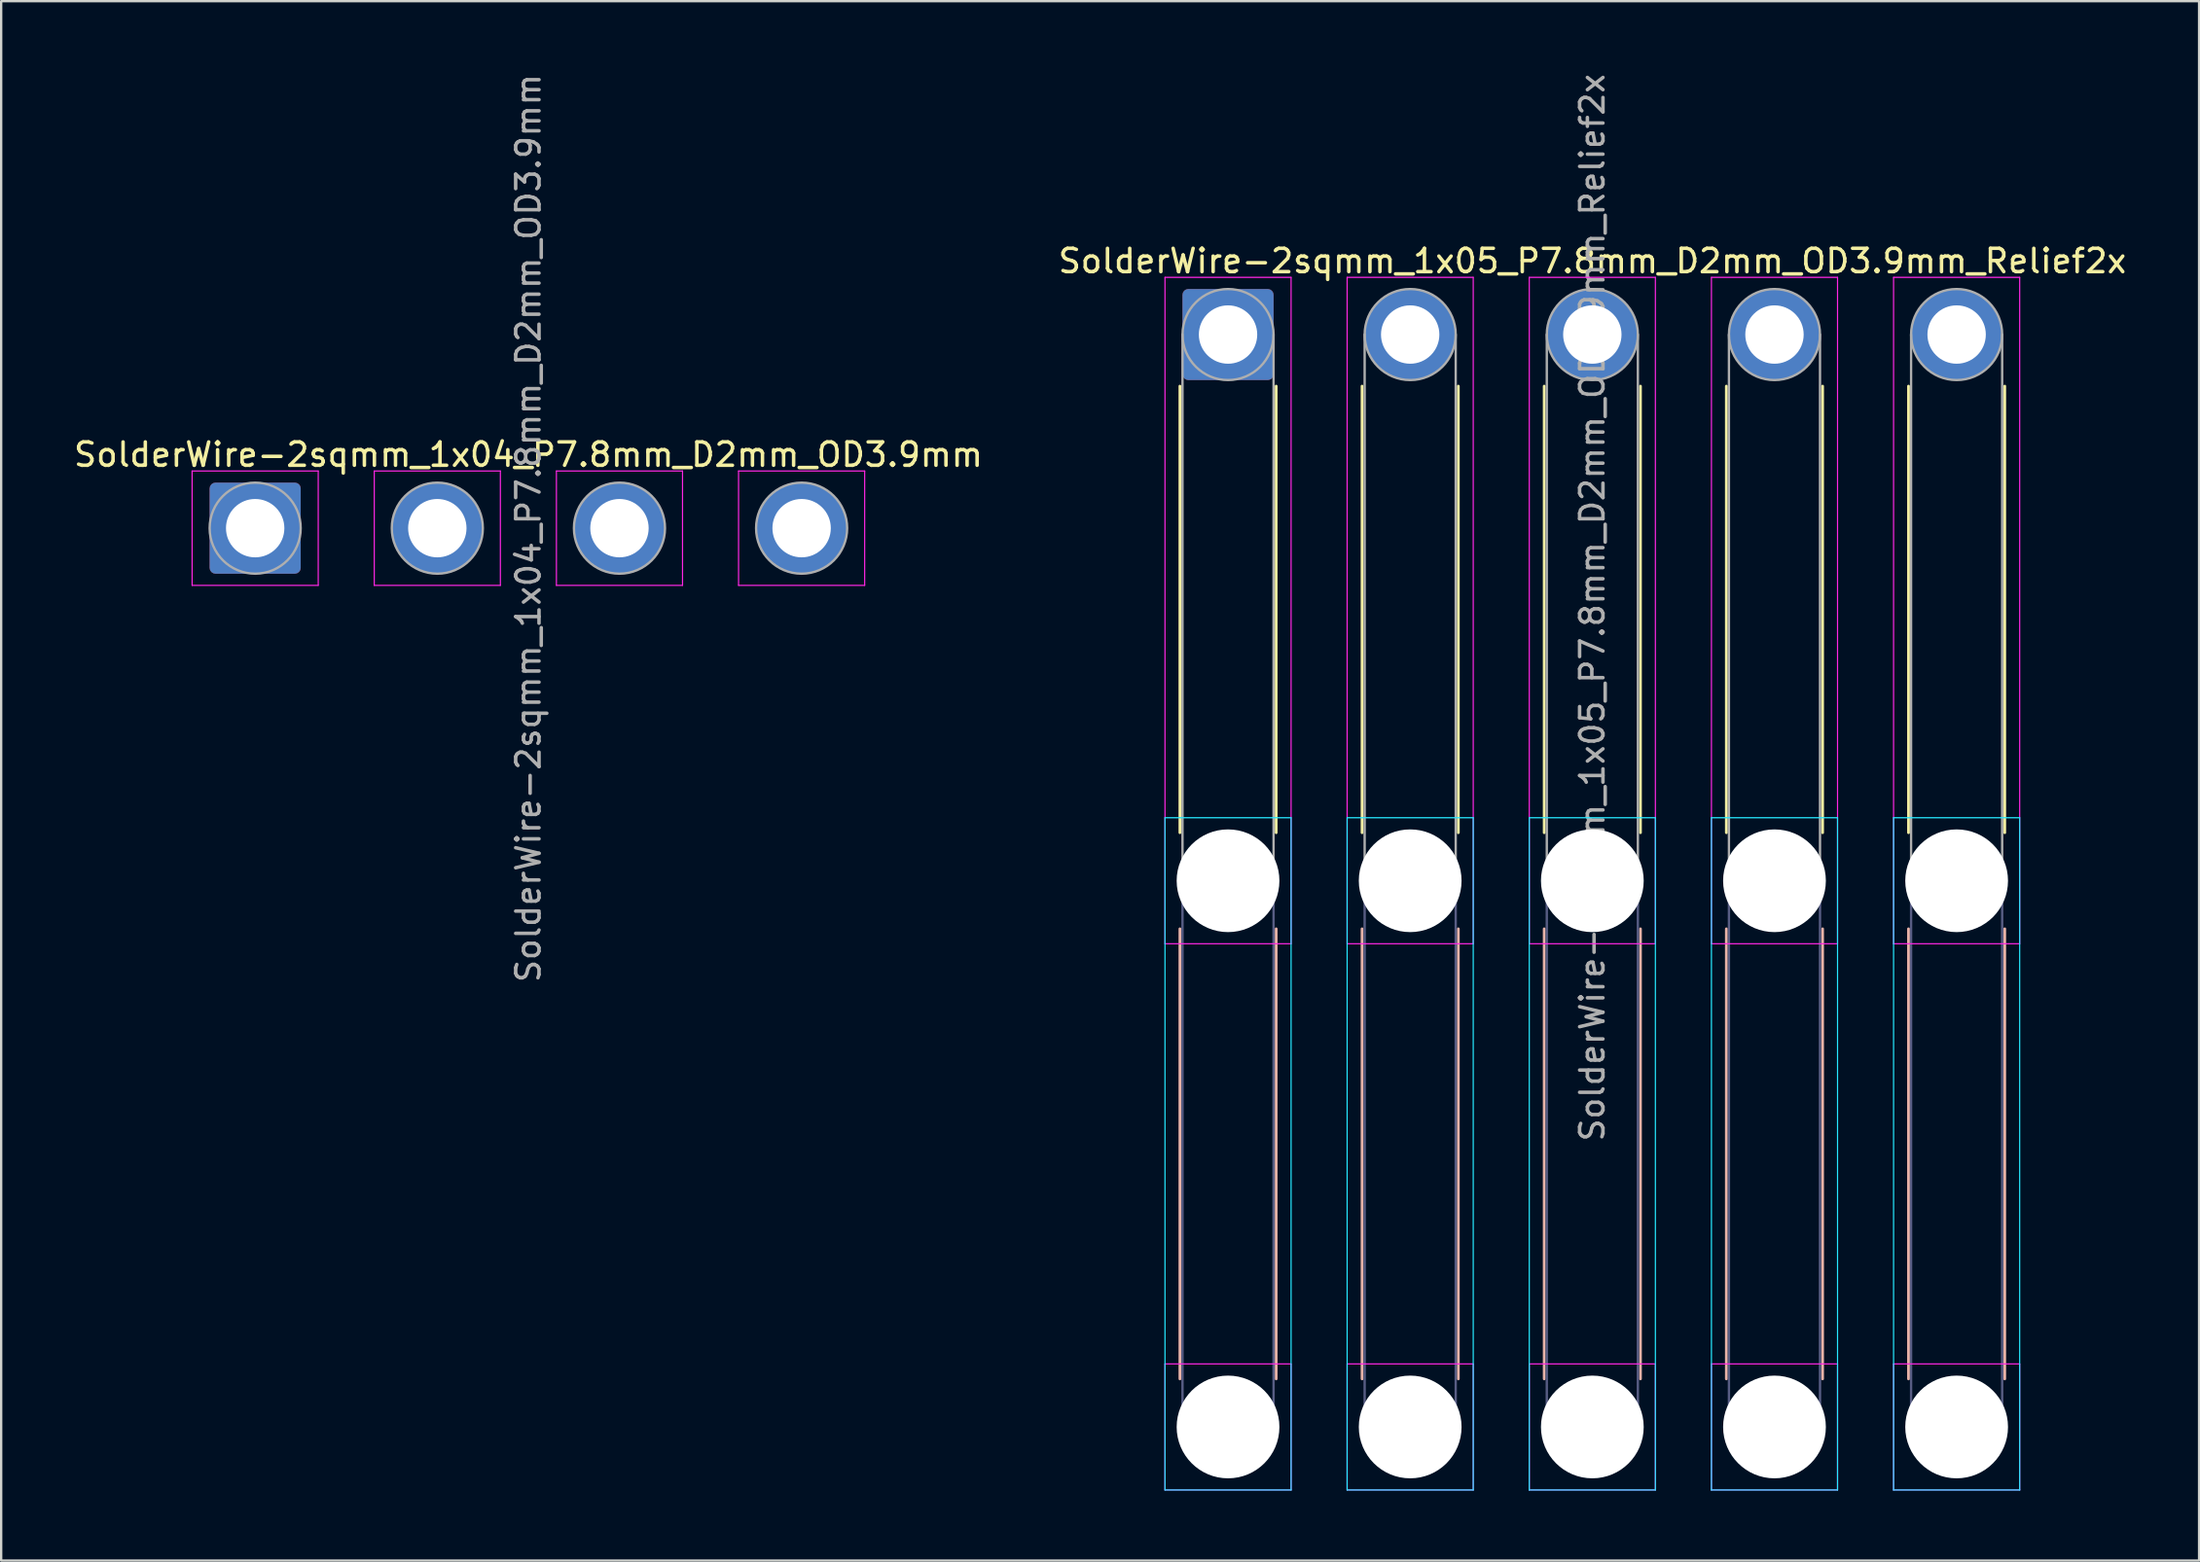
<source format=kicad_pcb>
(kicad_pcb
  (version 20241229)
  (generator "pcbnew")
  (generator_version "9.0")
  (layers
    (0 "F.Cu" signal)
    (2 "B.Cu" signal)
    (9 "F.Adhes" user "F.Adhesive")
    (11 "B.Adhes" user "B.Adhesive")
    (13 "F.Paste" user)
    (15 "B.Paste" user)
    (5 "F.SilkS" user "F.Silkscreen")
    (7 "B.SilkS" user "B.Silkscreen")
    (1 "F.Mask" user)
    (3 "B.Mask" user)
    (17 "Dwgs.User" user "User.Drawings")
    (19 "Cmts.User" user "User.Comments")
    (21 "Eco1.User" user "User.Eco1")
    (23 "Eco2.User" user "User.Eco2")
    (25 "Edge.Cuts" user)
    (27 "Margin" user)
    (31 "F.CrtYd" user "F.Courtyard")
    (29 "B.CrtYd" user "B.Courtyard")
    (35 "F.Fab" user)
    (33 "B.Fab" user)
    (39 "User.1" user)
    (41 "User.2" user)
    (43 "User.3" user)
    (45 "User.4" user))
  (footprint "SolderWire-2sqmm_1x05_P7.8mm_D2mm_OD3.9mm_Relief2x"
    (layer "F.Cu")
    (at 49.537 11.282)
    (property "Reference" "SolderWire-2sqmm_1x05_P7.8mm_D2mm_OD3.9mm_Relief2x" (at 15.6 -3.15 0) (layer "F.SilkS") (effects (font (size 1 1) (thickness 0.15))))
    (attr exclude_from_pos_files exclude_from_bom)
    (fp_line (start -2.06 2.21) (end -2.06 21.34) (stroke (width 0.12) (type solid)) (layer "F.SilkS"))
    (fp_line (start 2.06 2.21) (end 2.06 21.34) (stroke (width 0.12) (type solid)) (layer "F.SilkS"))
    (fp_line (start 5.74 2.21) (end 5.74 21.34) (stroke (width 0.12) (type solid)) (layer "F.SilkS"))
    (fp_line (start 9.86 2.21) (end 9.86 21.34) (stroke (width 0.12) (type solid)) (layer "F.SilkS"))
    (fp_line (start 13.54 2.21) (end 13.54 21.34) (stroke (width 0.12) (type solid)) (layer "F.SilkS"))
    (fp_line (start 17.66 2.21) (end 17.66 21.34) (stroke (width 0.12) (type solid)) (layer "F.SilkS"))
    (fp_line (start 21.34 2.21) (end 21.34 21.34) (stroke (width 0.12) (type solid)) (layer "F.SilkS"))
    (fp_line (start 25.46 2.21) (end 25.46 21.34) (stroke (width 0.12) (type solid)) (layer "F.SilkS"))
    (fp_line (start 29.14 2.21) (end 29.14 21.34) (stroke (width 0.12) (type solid)) (layer "F.SilkS"))
    (fp_line (start 33.26 2.21) (end 33.26 21.34) (stroke (width 0.12) (type solid)) (layer "F.SilkS"))
    (fp_line (start -2.06 25.46) (end -2.06 44.74) (stroke (width 0.12) (type solid)) (layer "B.SilkS"))
    (fp_line (start 2.06 25.46) (end 2.06 44.74) (stroke (width 0.12) (type solid)) (layer "B.SilkS"))
    (fp_line (start 5.74 25.46) (end 5.74 44.74) (stroke (width 0.12) (type solid)) (layer "B.SilkS"))
    (fp_line (start 9.86 25.46) (end 9.86 44.74) (stroke (width 0.12) (type solid)) (layer "B.SilkS"))
    (fp_line (start 13.54 25.46) (end 13.54 44.74) (stroke (width 0.12) (type solid)) (layer "B.SilkS"))
    (fp_line (start 17.66 25.46) (end 17.66 44.74) (stroke (width 0.12) (type solid)) (layer "B.SilkS"))
    (fp_line (start 21.34 25.46) (end 21.34 44.74) (stroke (width 0.12) (type solid)) (layer "B.SilkS"))
    (fp_line (start 25.46 25.46) (end 25.46 44.74) (stroke (width 0.12) (type solid)) (layer "B.SilkS"))
    (fp_line (start 29.14 25.46) (end 29.14 44.74) (stroke (width 0.12) (type solid)) (layer "B.SilkS"))
    (fp_line (start 33.26 25.46) (end 33.26 44.74) (stroke (width 0.12) (type solid)) (layer "B.SilkS"))
    (fp_line (start -2.7 20.7) (end -2.7 49.5) (stroke (width 0.05) (type solid)) (layer "B.CrtYd"))
    (fp_line (start -2.7 49.5) (end 2.7 49.5) (stroke (width 0.05) (type solid)) (layer "B.CrtYd"))
    (fp_line (start 2.7 20.7) (end -2.7 20.7) (stroke (width 0.05) (type solid)) (layer "B.CrtYd"))
    (fp_line (start 2.7 49.5) (end 2.7 20.7) (stroke (width 0.05) (type solid)) (layer "B.CrtYd"))
    (fp_line (start 5.1 20.7) (end 5.1 49.5) (stroke (width 0.05) (type solid)) (layer "B.CrtYd"))
    (fp_line (start 5.1 49.5) (end 10.5 49.5) (stroke (width 0.05) (type solid)) (layer "B.CrtYd"))
    (fp_line (start 10.5 20.7) (end 5.1 20.7) (stroke (width 0.05) (type solid)) (layer "B.CrtYd"))
    (fp_line (start 10.5 49.5) (end 10.5 20.7) (stroke (width 0.05) (type solid)) (layer "B.CrtYd"))
    (fp_line (start 12.9 20.7) (end 12.9 49.5) (stroke (width 0.05) (type solid)) (layer "B.CrtYd"))
    (fp_line (start 12.9 49.5) (end 18.3 49.5) (stroke (width 0.05) (type solid)) (layer "B.CrtYd"))
    (fp_line (start 18.3 20.7) (end 12.9 20.7) (stroke (width 0.05) (type solid)) (layer "B.CrtYd"))
    (fp_line (start 18.3 49.5) (end 18.3 20.7) (stroke (width 0.05) (type solid)) (layer "B.CrtYd"))
    (fp_line (start 20.7 20.7) (end 20.7 49.5) (stroke (width 0.05) (type solid)) (layer "B.CrtYd"))
    (fp_line (start 20.7 49.5) (end 26.1 49.5) (stroke (width 0.05) (type solid)) (layer "B.CrtYd"))
    (fp_line (start 26.1 20.7) (end 20.7 20.7) (stroke (width 0.05) (type solid)) (layer "B.CrtYd"))
    (fp_line (start 26.1 49.5) (end 26.1 20.7) (stroke (width 0.05) (type solid)) (layer "B.CrtYd"))
    (fp_line (start 28.5 20.7) (end 28.5 49.5) (stroke (width 0.05) (type solid)) (layer "B.CrtYd"))
    (fp_line (start 28.5 49.5) (end 33.9 49.5) (stroke (width 0.05) (type solid)) (layer "B.CrtYd"))
    (fp_line (start 33.9 20.7) (end 28.5 20.7) (stroke (width 0.05) (type solid)) (layer "B.CrtYd"))
    (fp_line (start 33.9 49.5) (end 33.9 20.7) (stroke (width 0.05) (type solid)) (layer "B.CrtYd"))
    (fp_line (start -2.7 -2.45) (end -2.7 26.1) (stroke (width 0.05) (type solid)) (layer "F.CrtYd"))
    (fp_line (start -2.7 26.1) (end 2.7 26.1) (stroke (width 0.05) (type solid)) (layer "F.CrtYd"))
    (fp_line (start -2.7 44.1) (end -2.7 49.5) (stroke (width 0.05) (type solid)) (layer "F.CrtYd"))
    (fp_line (start -2.7 49.5) (end 2.7 49.5) (stroke (width 0.05) (type solid)) (layer "F.CrtYd"))
    (fp_line (start 2.7 -2.45) (end -2.7 -2.45) (stroke (width 0.05) (type solid)) (layer "F.CrtYd"))
    (fp_line (start 2.7 26.1) (end 2.7 -2.45) (stroke (width 0.05) (type solid)) (layer "F.CrtYd"))
    (fp_line (start 2.7 44.1) (end -2.7 44.1) (stroke (width 0.05) (type solid)) (layer "F.CrtYd"))
    (fp_line (start 2.7 49.5) (end 2.7 44.1) (stroke (width 0.05) (type solid)) (layer "F.CrtYd"))
    (fp_line (start 5.1 -2.45) (end 5.1 26.1) (stroke (width 0.05) (type solid)) (layer "F.CrtYd"))
    (fp_line (start 5.1 26.1) (end 10.5 26.1) (stroke (width 0.05) (type solid)) (layer "F.CrtYd"))
    (fp_line (start 5.1 44.1) (end 5.1 49.5) (stroke (width 0.05) (type solid)) (layer "F.CrtYd"))
    (fp_line (start 5.1 49.5) (end 10.5 49.5) (stroke (width 0.05) (type solid)) (layer "F.CrtYd"))
    (fp_line (start 10.5 -2.45) (end 5.1 -2.45) (stroke (width 0.05) (type solid)) (layer "F.CrtYd"))
    (fp_line (start 10.5 26.1) (end 10.5 -2.45) (stroke (width 0.05) (type solid)) (layer "F.CrtYd"))
    (fp_line (start 10.5 44.1) (end 5.1 44.1) (stroke (width 0.05) (type solid)) (layer "F.CrtYd"))
    (fp_line (start 10.5 49.5) (end 10.5 44.1) (stroke (width 0.05) (type solid)) (layer "F.CrtYd"))
    (fp_line (start 12.9 -2.45) (end 12.9 26.1) (stroke (width 0.05) (type solid)) (layer "F.CrtYd"))
    (fp_line (start 12.9 26.1) (end 18.3 26.1) (stroke (width 0.05) (type solid)) (layer "F.CrtYd"))
    (fp_line (start 12.9 44.1) (end 12.9 49.5) (stroke (width 0.05) (type solid)) (layer "F.CrtYd"))
    (fp_line (start 12.9 49.5) (end 18.3 49.5) (stroke (width 0.05) (type solid)) (layer "F.CrtYd"))
    (fp_line (start 18.3 -2.45) (end 12.9 -2.45) (stroke (width 0.05) (type solid)) (layer "F.CrtYd"))
    (fp_line (start 18.3 26.1) (end 18.3 -2.45) (stroke (width 0.05) (type solid)) (layer "F.CrtYd"))
    (fp_line (start 18.3 44.1) (end 12.9 44.1) (stroke (width 0.05) (type solid)) (layer "F.CrtYd"))
    (fp_line (start 18.3 49.5) (end 18.3 44.1) (stroke (width 0.05) (type solid)) (layer "F.CrtYd"))
    (fp_line (start 20.7 -2.45) (end 20.7 26.1) (stroke (width 0.05) (type solid)) (layer "F.CrtYd"))
    (fp_line (start 20.7 26.1) (end 26.1 26.1) (stroke (width 0.05) (type solid)) (layer "F.CrtYd"))
    (fp_line (start 20.7 44.1) (end 20.7 49.5) (stroke (width 0.05) (type solid)) (layer "F.CrtYd"))
    (fp_line (start 20.7 49.5) (end 26.1 49.5) (stroke (width 0.05) (type solid)) (layer "F.CrtYd"))
    (fp_line (start 26.1 -2.45) (end 20.7 -2.45) (stroke (width 0.05) (type solid)) (layer "F.CrtYd"))
    (fp_line (start 26.1 26.1) (end 26.1 -2.45) (stroke (width 0.05) (type solid)) (layer "F.CrtYd"))
    (fp_line (start 26.1 44.1) (end 20.7 44.1) (stroke (width 0.05) (type solid)) (layer "F.CrtYd"))
    (fp_line (start 26.1 49.5) (end 26.1 44.1) (stroke (width 0.05) (type solid)) (layer "F.CrtYd"))
    (fp_line (start 28.5 -2.45) (end 28.5 26.1) (stroke (width 0.05) (type solid)) (layer "F.CrtYd"))
    (fp_line (start 28.5 26.1) (end 33.9 26.1) (stroke (width 0.05) (type solid)) (layer "F.CrtYd"))
    (fp_line (start 28.5 44.1) (end 28.5 49.5) (stroke (width 0.05) (type solid)) (layer "F.CrtYd"))
    (fp_line (start 28.5 49.5) (end 33.9 49.5) (stroke (width 0.05) (type solid)) (layer "F.CrtYd"))
    (fp_line (start 33.9 -2.45) (end 28.5 -2.45) (stroke (width 0.05) (type solid)) (layer "F.CrtYd"))
    (fp_line (start 33.9 26.1) (end 33.9 -2.45) (stroke (width 0.05) (type solid)) (layer "F.CrtYd"))
    (fp_line (start 33.9 44.1) (end 28.5 44.1) (stroke (width 0.05) (type solid)) (layer "F.CrtYd"))
    (fp_line (start 33.9 49.5) (end 33.9 44.1) (stroke (width 0.05) (type solid)) (layer "F.CrtYd"))
    (fp_line (start -1.95 23.4) (end -1.95 46.8) (stroke (width 0.1) (type solid)) (layer "B.Fab"))
    (fp_line (start 1.95 23.4) (end 1.95 46.8) (stroke (width 0.1) (type solid)) (layer "B.Fab"))
    (fp_line (start 5.85 23.4) (end 5.85 46.8) (stroke (width 0.1) (type solid)) (layer "B.Fab"))
    (fp_line (start 9.75 23.4) (end 9.75 46.8) (stroke (width 0.1) (type solid)) (layer "B.Fab"))
    (fp_line (start 13.65 23.4) (end 13.65 46.8) (stroke (width 0.1) (type solid)) (layer "B.Fab"))
    (fp_line (start 17.55 23.4) (end 17.55 46.8) (stroke (width 0.1) (type solid)) (layer "B.Fab"))
    (fp_line (start 21.45 23.4) (end 21.45 46.8) (stroke (width 0.1) (type solid)) (layer "B.Fab"))
    (fp_line (start 25.35 23.4) (end 25.35 46.8) (stroke (width 0.1) (type solid)) (layer "B.Fab"))
    (fp_line (start 29.25 23.4) (end 29.25 46.8) (stroke (width 0.1) (type solid)) (layer "B.Fab"))
    (fp_line (start 33.15 23.4) (end 33.15 46.8) (stroke (width 0.1) (type solid)) (layer "B.Fab"))
    (fp_circle (center 0 23.4) (end 1.95 23.4) (stroke (width 0.1) (type solid)) (fill no) (layer "B.Fab"))
    (fp_circle (center 0 46.8) (end 1.95 46.8) (stroke (width 0.1) (type solid)) (fill no) (layer "B.Fab"))
    (fp_circle (center 7.8 23.4) (end 9.75 23.4) (stroke (width 0.1) (type solid)) (fill no) (layer "B.Fab"))
    (fp_circle (center 7.8 46.8) (end 9.75 46.8) (stroke (width 0.1) (type solid)) (fill no) (layer "B.Fab"))
    (fp_circle (center 15.6 23.4) (end 17.55 23.4) (stroke (width 0.1) (type solid)) (fill no) (layer "B.Fab"))
    (fp_circle (center 15.6 46.8) (end 17.55 46.8) (stroke (width 0.1) (type solid)) (fill no) (layer "B.Fab"))
    (fp_circle (center 23.4 23.4) (end 25.35 23.4) (stroke (width 0.1) (type solid)) (fill no) (layer "B.Fab"))
    (fp_circle (center 23.4 46.8) (end 25.35 46.8) (stroke (width 0.1) (type solid)) (fill no) (layer "B.Fab"))
    (fp_circle (center 31.2 23.4) (end 33.15 23.4) (stroke (width 0.1) (type solid)) (fill no) (layer "B.Fab"))
    (fp_circle (center 31.2 46.8) (end 33.15 46.8) (stroke (width 0.1) (type solid)) (fill no) (layer "B.Fab"))
    (fp_line (start -1.95 0) (end -1.95 23.4) (stroke (width 0.1) (type solid)) (layer "F.Fab"))
    (fp_line (start 1.95 0) (end 1.95 23.4) (stroke (width 0.1) (type solid)) (layer "F.Fab"))
    (fp_line (start 5.85 0) (end 5.85 23.4) (stroke (width 0.1) (type solid)) (layer "F.Fab"))
    (fp_line (start 9.75 0) (end 9.75 23.4) (stroke (width 0.1) (type solid)) (layer "F.Fab"))
    (fp_line (start 13.65 0) (end 13.65 23.4) (stroke (width 0.1) (type solid)) (layer "F.Fab"))
    (fp_line (start 17.55 0) (end 17.55 23.4) (stroke (width 0.1) (type solid)) (layer "F.Fab"))
    (fp_line (start 21.45 0) (end 21.45 23.4) (stroke (width 0.1) (type solid)) (layer "F.Fab"))
    (fp_line (start 25.35 0) (end 25.35 23.4) (stroke (width 0.1) (type solid)) (layer "F.Fab"))
    (fp_line (start 29.25 0) (end 29.25 23.4) (stroke (width 0.1) (type solid)) (layer "F.Fab"))
    (fp_line (start 33.15 0) (end 33.15 23.4) (stroke (width 0.1) (type solid)) (layer "F.Fab"))
    (fp_circle (center 0 0) (end 1.95 0) (stroke (width 0.1) (type solid)) (fill no) (layer "F.Fab"))
    (fp_circle (center 0 23.4) (end 1.95 23.4) (stroke (width 0.1) (type solid)) (fill no) (layer "F.Fab"))
    (fp_circle (center 0 46.8) (end 1.95 46.8) (stroke (width 0.1) (type solid)) (fill no) (layer "F.Fab"))
    (fp_circle (center 7.8 0) (end 9.75 0) (stroke (width 0.1) (type solid)) (fill no) (layer "F.Fab"))
    (fp_circle (center 7.8 23.4) (end 9.75 23.4) (stroke (width 0.1) (type solid)) (fill no) (layer "F.Fab"))
    (fp_circle (center 7.8 46.8) (end 9.75 46.8) (stroke (width 0.1) (type solid)) (fill no) (layer "F.Fab"))
    (fp_circle (center 15.6 0) (end 17.55 0) (stroke (width 0.1) (type solid)) (fill no) (layer "F.Fab"))
    (fp_circle (center 15.6 23.4) (end 17.55 23.4) (stroke (width 0.1) (type solid)) (fill no) (layer "F.Fab"))
    (fp_circle (center 15.6 46.8) (end 17.55 46.8) (stroke (width 0.1) (type solid)) (fill no) (layer "F.Fab"))
    (fp_circle (center 23.4 0) (end 25.35 0) (stroke (width 0.1) (type solid)) (fill no) (layer "F.Fab"))
    (fp_circle (center 23.4 23.4) (end 25.35 23.4) (stroke (width 0.1) (type solid)) (fill no) (layer "F.Fab"))
    (fp_circle (center 23.4 46.8) (end 25.35 46.8) (stroke (width 0.1) (type solid)) (fill no) (layer "F.Fab"))
    (fp_circle (center 31.2 0) (end 33.15 0) (stroke (width 0.1) (type solid)) (fill no) (layer "F.Fab"))
    (fp_circle (center 31.2 23.4) (end 33.15 23.4) (stroke (width 0.1) (type solid)) (fill no) (layer "F.Fab"))
    (fp_circle (center 31.2 46.8) (end 33.15 46.8) (stroke (width 0.1) (type solid)) (fill no) (layer "F.Fab"))
    (fp_text user "${REFERENCE}" (at 15.6 11.7 90) (layer "F.Fab") (effects (font (size 1 1) (thickness 0.15))))
    (pad "" np_thru_hole circle (at 0 23.4) (size 4.4 4.4) (drill 4.4) (layers "*.Cu" "*.Mask"))
    (pad "" np_thru_hole circle (at 0 46.8) (size 4.4 4.4) (drill 4.4) (layers "*.Cu" "*.Mask"))
    (pad "" np_thru_hole circle (at 7.8 23.4) (size 4.4 4.4) (drill 4.4) (layers "*.Cu" "*.Mask"))
    (pad "" np_thru_hole circle (at 7.8 46.8) (size 4.4 4.4) (drill 4.4) (layers "*.Cu" "*.Mask"))
    (pad "" np_thru_hole circle (at 15.6 23.4) (size 4.4 4.4) (drill 4.4) (layers "*.Cu" "*.Mask"))
    (pad "" np_thru_hole circle (at 15.6 46.8) (size 4.4 4.4) (drill 4.4) (layers "*.Cu" "*.Mask"))
    (pad "" np_thru_hole circle (at 23.4 23.4) (size 4.4 4.4) (drill 4.4) (layers "*.Cu" "*.Mask"))
    (pad "" np_thru_hole circle (at 23.4 46.8) (size 4.4 4.4) (drill 4.4) (layers "*.Cu" "*.Mask"))
    (pad "" np_thru_hole circle (at 31.2 23.4) (size 4.4 4.4) (drill 4.4) (layers "*.Cu" "*.Mask"))
    (pad "" np_thru_hole circle (at 31.2 46.8) (size 4.4 4.4) (drill 4.4) (layers "*.Cu" "*.Mask"))
    (pad "1" thru_hole roundrect (at 0 0) (size 3.9 3.9) (drill 2.5) (layers "*.Cu" "*.Mask") (roundrect_rratio 0.064))
    (pad "2" thru_hole circle (at 7.8 0) (size 3.9 3.9) (drill 2.5) (layers "*.Cu" "*.Mask"))
    (pad "3" thru_hole circle (at 15.6 0) (size 3.9 3.9) (drill 2.5) (layers "*.Cu" "*.Mask"))
    (pad "4" thru_hole circle (at 23.4 0) (size 3.9 3.9) (drill 2.5) (layers "*.Cu" "*.Mask"))
    (pad "5" thru_hole circle (at 31.2 0) (size 3.9 3.9) (drill 2.5) (layers "*.Cu" "*.Mask")))
  (footprint "SolderWire-2sqmm_1x04_P7.8mm_D2mm_OD3.9mm"
    (layer "F.Cu")
    (at 7.877 19.577)
    (property "Reference" "SolderWire-2sqmm_1x04_P7.8mm_D2mm_OD3.9mm" (at 11.7 -3.15 0) (layer "F.SilkS") (effects (font (size 1 1) (thickness 0.15))))
    (attr exclude_from_pos_files exclude_from_bom)
    (fp_line (start -2.7 -2.45) (end -2.7 2.45) (stroke (width 0.05) (type solid)) (layer "F.CrtYd"))
    (fp_line (start -2.7 2.45) (end 2.7 2.45) (stroke (width 0.05) (type solid)) (layer "F.CrtYd"))
    (fp_line (start 2.7 -2.45) (end -2.7 -2.45) (stroke (width 0.05) (type solid)) (layer "F.CrtYd"))
    (fp_line (start 2.7 2.45) (end 2.7 -2.45) (stroke (width 0.05) (type solid)) (layer "F.CrtYd"))
    (fp_line (start 5.1 -2.45) (end 5.1 2.45) (stroke (width 0.05) (type solid)) (layer "F.CrtYd"))
    (fp_line (start 5.1 2.45) (end 10.5 2.45) (stroke (width 0.05) (type solid)) (layer "F.CrtYd"))
    (fp_line (start 10.5 -2.45) (end 5.1 -2.45) (stroke (width 0.05) (type solid)) (layer "F.CrtYd"))
    (fp_line (start 10.5 2.45) (end 10.5 -2.45) (stroke (width 0.05) (type solid)) (layer "F.CrtYd"))
    (fp_line (start 12.9 -2.45) (end 12.9 2.45) (stroke (width 0.05) (type solid)) (layer "F.CrtYd"))
    (fp_line (start 12.9 2.45) (end 18.3 2.45) (stroke (width 0.05) (type solid)) (layer "F.CrtYd"))
    (fp_line (start 18.3 -2.45) (end 12.9 -2.45) (stroke (width 0.05) (type solid)) (layer "F.CrtYd"))
    (fp_line (start 18.3 2.45) (end 18.3 -2.45) (stroke (width 0.05) (type solid)) (layer "F.CrtYd"))
    (fp_line (start 20.7 -2.45) (end 20.7 2.45) (stroke (width 0.05) (type solid)) (layer "F.CrtYd"))
    (fp_line (start 20.7 2.45) (end 26.1 2.45) (stroke (width 0.05) (type solid)) (layer "F.CrtYd"))
    (fp_line (start 26.1 -2.45) (end 20.7 -2.45) (stroke (width 0.05) (type solid)) (layer "F.CrtYd"))
    (fp_line (start 26.1 2.45) (end 26.1 -2.45) (stroke (width 0.05) (type solid)) (layer "F.CrtYd"))
    (fp_circle (center 0 0) (end 1.95 0) (stroke (width 0.1) (type solid)) (fill no) (layer "F.Fab"))
    (fp_circle (center 7.8 0) (end 9.75 0) (stroke (width 0.1) (type solid)) (fill no) (layer "F.Fab"))
    (fp_circle (center 15.6 0) (end 17.55 0) (stroke (width 0.1) (type solid)) (fill no) (layer "F.Fab"))
    (fp_circle (center 23.4 0) (end 25.35 0) (stroke (width 0.1) (type solid)) (fill no) (layer "F.Fab"))
    (fp_text user "${REFERENCE}" (at 11.7 0 90) (layer "F.Fab") (effects (font (size 1 1) (thickness 0.15))))
    (pad "1" thru_hole roundrect (at 0 0) (size 3.9 3.9) (drill 2.5) (layers "*.Cu" "*.Mask") (roundrect_rratio 0.064))
    (pad "2" thru_hole circle (at 7.8 0) (size 3.9 3.9) (drill 2.5) (layers "*.Cu" "*.Mask"))
    (pad "3" thru_hole circle (at 15.6 0) (size 3.9 3.9) (drill 2.5) (layers "*.Cu" "*.Mask"))
    (pad "4" thru_hole circle (at 23.4 0) (size 3.9 3.9) (drill 2.5) (layers "*.Cu" "*.Mask")))
  (gr_rect
    (start -3 -3)
    (end 91.119 63.807)
    (stroke (width 0.1) (type default))
    (fill no)
    (layer "Edge.Cuts")))
</source>
